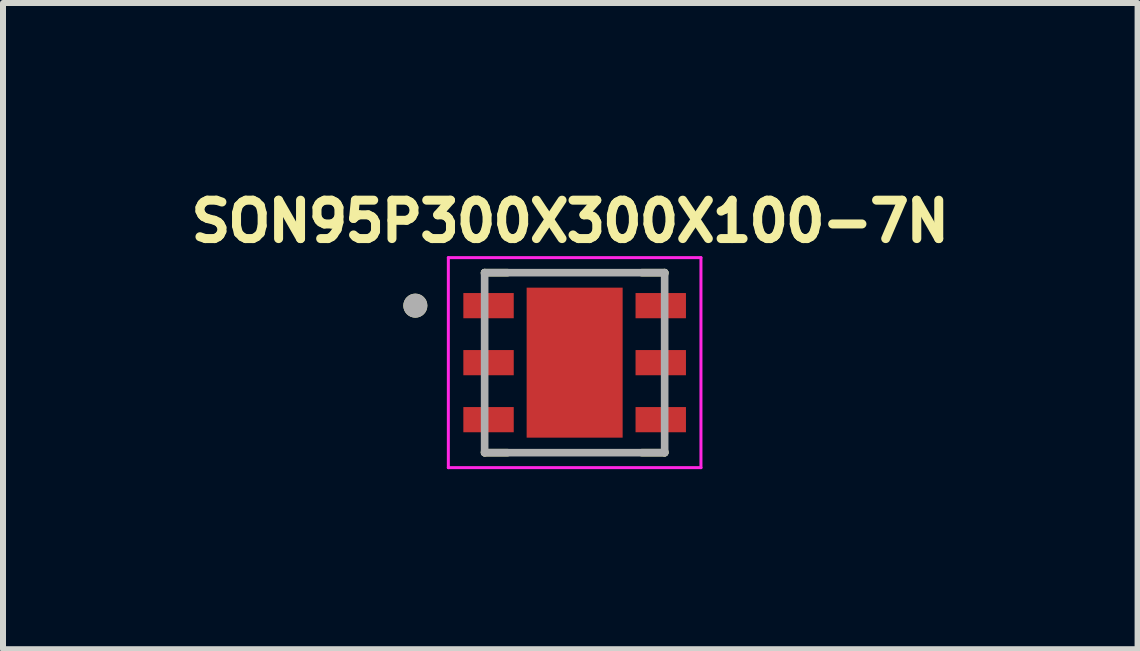
<source format=kicad_pcb>
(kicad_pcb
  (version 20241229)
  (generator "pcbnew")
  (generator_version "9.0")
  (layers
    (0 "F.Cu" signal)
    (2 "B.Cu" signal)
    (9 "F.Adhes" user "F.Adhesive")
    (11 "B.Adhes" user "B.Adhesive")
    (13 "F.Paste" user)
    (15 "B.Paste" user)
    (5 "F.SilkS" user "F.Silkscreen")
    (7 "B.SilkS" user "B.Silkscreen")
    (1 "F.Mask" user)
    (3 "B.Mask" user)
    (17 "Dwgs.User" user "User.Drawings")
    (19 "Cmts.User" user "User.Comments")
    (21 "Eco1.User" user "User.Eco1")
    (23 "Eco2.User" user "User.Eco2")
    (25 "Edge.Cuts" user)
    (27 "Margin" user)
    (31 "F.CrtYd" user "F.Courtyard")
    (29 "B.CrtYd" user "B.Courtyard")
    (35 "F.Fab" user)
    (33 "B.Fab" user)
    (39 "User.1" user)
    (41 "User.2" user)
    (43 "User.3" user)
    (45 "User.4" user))
  (footprint "SON95P300X300X100-7N"
    (layer "F.Cu")
    (at 6.527 2.994)
    (property "Reference" "SON95P300X300X100-7N" (at -0.073 -2.356 0) (layer "F.SilkS") (effects (font (size 0.64 0.64) (thickness 0.15))))
    (attr smd)
    (fp_line (start -1.5 -1.5) (end -1.12 -1.5) (stroke (width 0.127) (type solid)) (layer "F.SilkS"))
    (fp_line (start -1.5 -1.48) (end -1.5 -1.5) (stroke (width 0.127) (type solid)) (layer "F.SilkS"))
    (fp_line (start -1.5 1.5) (end -1.5 1.48) (stroke (width 0.127) (type solid)) (layer "F.SilkS"))
    (fp_line (start -1.12 1.5) (end -1.5 1.5) (stroke (width 0.127) (type solid)) (layer "F.SilkS"))
    (fp_line (start 1.12 -1.5) (end 1.5 -1.5) (stroke (width 0.127) (type solid)) (layer "F.SilkS"))
    (fp_line (start 1.5 -1.5) (end 1.5 -1.48) (stroke (width 0.127) (type solid)) (layer "F.SilkS"))
    (fp_line (start 1.5 1.5) (end 1.12 1.5) (stroke (width 0.127) (type solid)) (layer "F.SilkS"))
    (fp_line (start 1.5 1.5) (end 1.5 1.48) (stroke (width 0.127) (type solid)) (layer "F.SilkS"))
    (fp_circle (center -2.655 -0.95) (end -2.555 -0.95) (stroke (width 0.2) (type solid)) (fill no) (layer "F.SilkS"))
    (fp_poly (pts (xy -0.506 -0.791) (xy 0.506 -0.791) (xy 0.506 0.791) (xy -0.506 0.791)) (stroke (width 0.01) (type solid)) (fill yes) (layer "F.Paste"))
    (fp_line (start -2.105 -1.75) (end -2.105 1.75) (stroke (width 0.05) (type solid)) (layer "F.CrtYd"))
    (fp_line (start -2.105 1.75) (end 2.105 1.75) (stroke (width 0.05) (type solid)) (layer "F.CrtYd"))
    (fp_line (start 2.105 -1.75) (end -2.105 -1.75) (stroke (width 0.05) (type solid)) (layer "F.CrtYd"))
    (fp_line (start 2.105 1.75) (end 2.105 -1.75) (stroke (width 0.05) (type solid)) (layer "F.CrtYd"))
    (fp_line (start -1.5 -1.5) (end 1.5 -1.5) (stroke (width 0.127) (type solid)) (layer "F.Fab"))
    (fp_line (start -1.5 1.5) (end -1.5 -1.5) (stroke (width 0.127) (type solid)) (layer "F.Fab"))
    (fp_line (start 1.5 -1.5) (end 1.5 1.5) (stroke (width 0.127) (type solid)) (layer "F.Fab"))
    (fp_line (start 1.5 1.5) (end -1.5 1.5) (stroke (width 0.127) (type solid)) (layer "F.Fab"))
    (fp_circle (center -2.655 -0.95) (end -2.555 -0.95) (stroke (width 0.2) (type solid)) (fill no) (layer "F.Fab"))
    (pad "1" smd rect (at -1.435 -0.95) (size 0.84 0.42) (layers "F.Cu" "F.Mask" "F.Paste"))
    (pad "2" smd rect (at -1.435 0) (size 0.84 0.42) (layers "F.Cu" "F.Mask" "F.Paste"))
    (pad "3" smd rect (at -1.435 0.95) (size 0.84 0.42) (layers "F.Cu" "F.Mask" "F.Paste"))
    (pad "4" smd rect (at 1.435 0.95) (size 0.84 0.42) (layers "F.Cu" "F.Mask" "F.Paste"))
    (pad "5" smd rect (at 1.435 0) (size 0.84 0.42) (layers "F.Cu" "F.Mask" "F.Paste"))
    (pad "6" smd rect (at 1.435 -0.95) (size 0.84 0.42) (layers "F.Cu" "F.Mask" "F.Paste"))
    (pad "7" smd rect (at 0 0) (size 1.6 2.5) (layers "F.Cu" "F.Mask")))
  (gr_rect
    (start -3 -3)
    (end 15.909 7.769)
    (stroke (width 0.1) (type default))
    (fill no)
    (layer "Edge.Cuts")))
</source>
